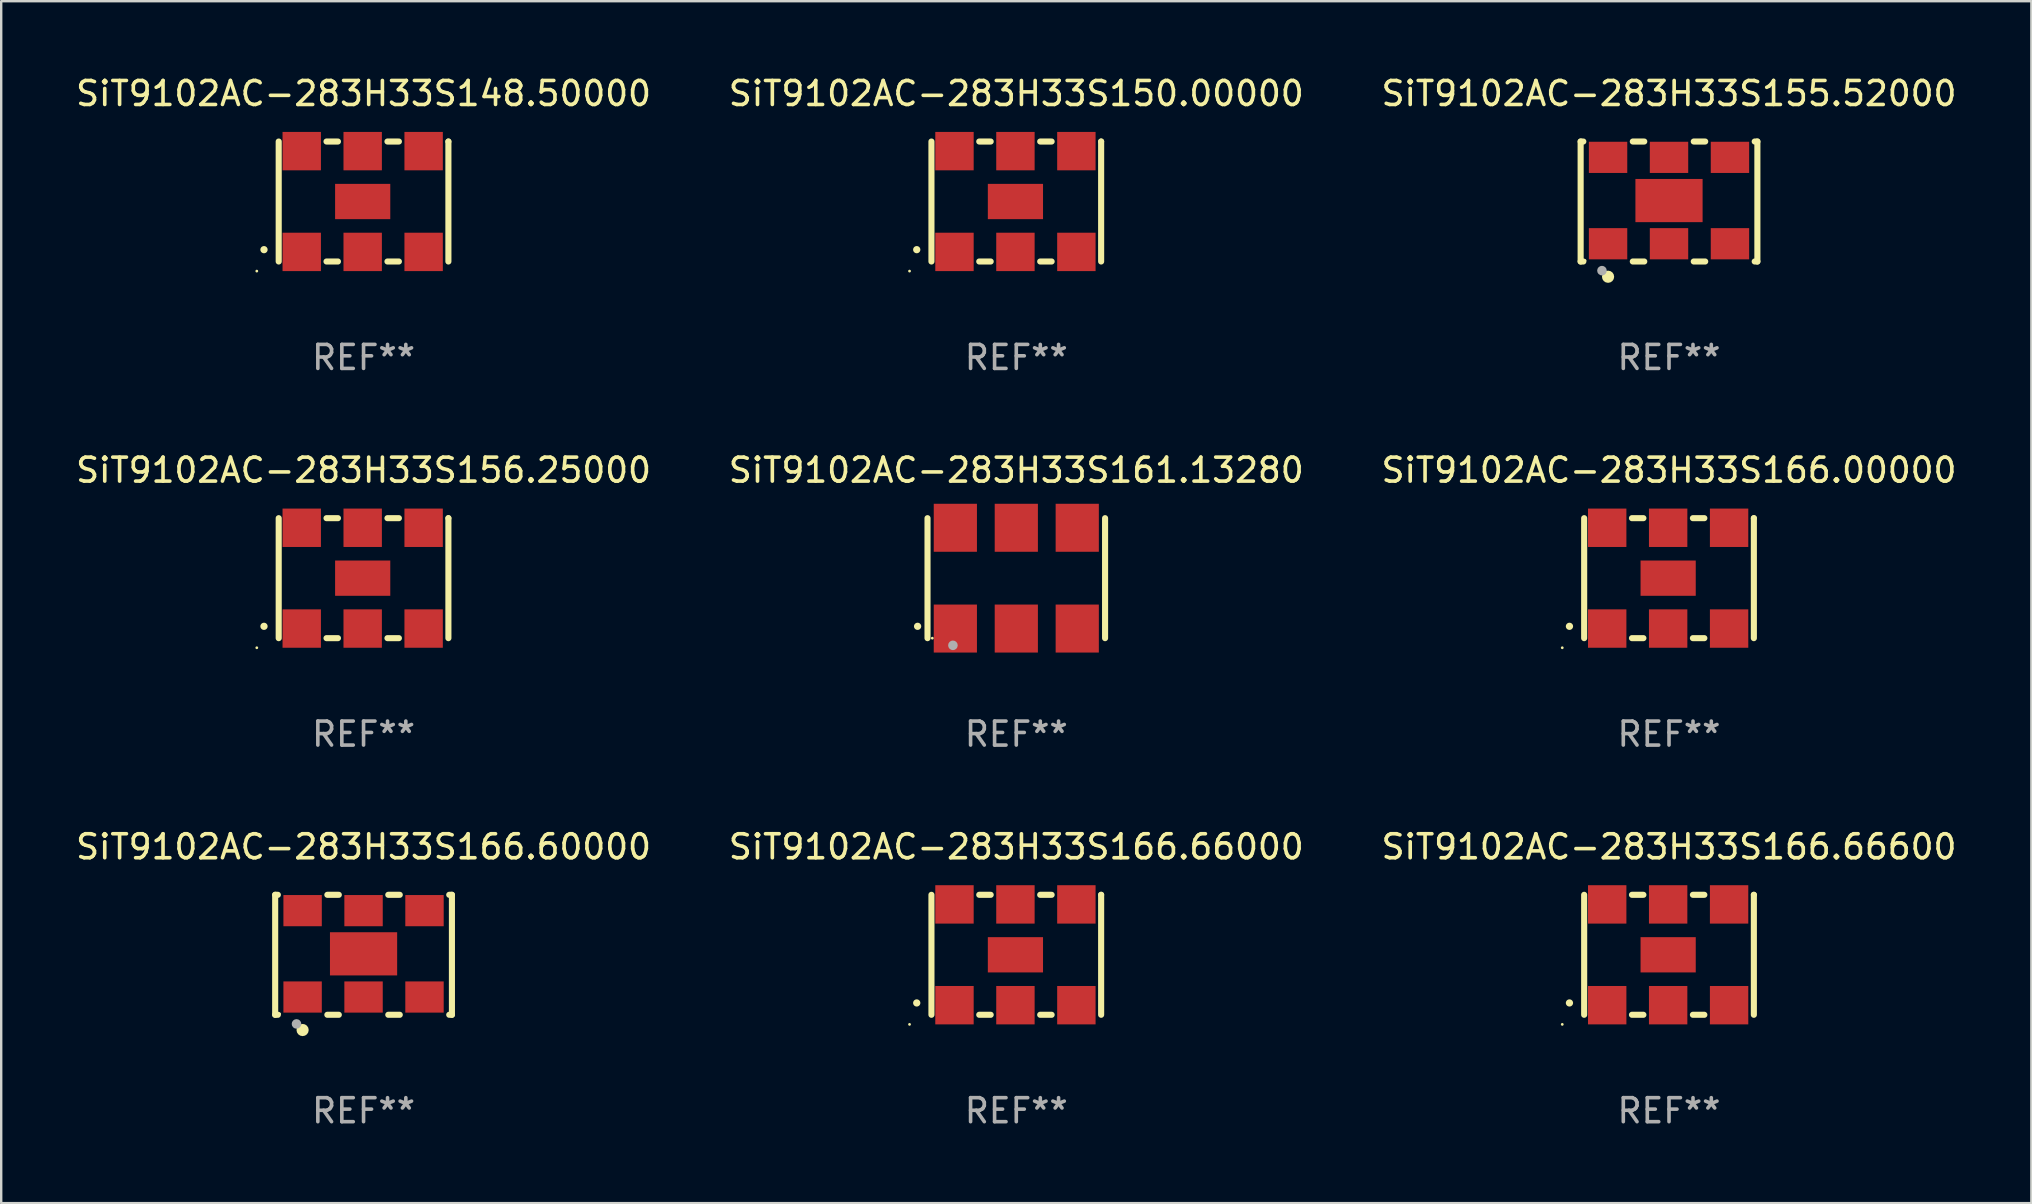
<source format=kicad_pcb>
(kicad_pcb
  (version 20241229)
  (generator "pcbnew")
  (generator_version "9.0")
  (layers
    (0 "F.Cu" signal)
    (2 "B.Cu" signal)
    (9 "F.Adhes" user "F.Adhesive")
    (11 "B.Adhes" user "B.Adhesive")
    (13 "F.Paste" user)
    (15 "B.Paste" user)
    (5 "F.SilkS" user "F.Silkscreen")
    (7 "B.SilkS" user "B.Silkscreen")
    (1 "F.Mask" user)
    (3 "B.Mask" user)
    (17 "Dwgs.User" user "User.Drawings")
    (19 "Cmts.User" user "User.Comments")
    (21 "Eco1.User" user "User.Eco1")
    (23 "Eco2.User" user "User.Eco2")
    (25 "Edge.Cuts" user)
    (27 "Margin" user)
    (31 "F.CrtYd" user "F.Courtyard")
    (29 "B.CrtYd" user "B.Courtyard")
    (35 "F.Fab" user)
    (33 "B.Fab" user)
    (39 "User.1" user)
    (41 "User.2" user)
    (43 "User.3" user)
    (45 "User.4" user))
  (footprint "SiT9102AC-283H33S161.13280"
    (layer "F.Cu")
    (at 39.304 21.045)
    (property "Reference" "SiT9102AC-283H33S161.13280" (at 0 -4.5 0) (layer "F.SilkS") (effects (font (size 1 1) (thickness 0.15))))
    (attr through_hole)
    (fp_line (start -3.7 -2.5) (end -3.7 2.5) (stroke (width 0.254) (type solid)) (layer "F.SilkS"))
    (fp_line (start 3.7 -2.5) (end 3.7 2.5) (stroke (width 0.254) (type solid)) (layer "F.SilkS"))
    (fp_arc (start -4.114415 2.006604) (mid -4.113145 2.006599) (end -4.111875 2.006604) (stroke (width 0.3) (type solid)) (layer "F.SilkS"))
    (fp_circle (center -3.5 2.501) (end -3.47 2.501) (stroke (width 0.06) (type solid)) (fill no) (layer "F.SilkS"))
    (fp_circle (center -2.641 2.799) (end -2.541 2.799) (stroke (width 0.2) (type solid)) (fill no) (layer "F.Fab"))
    (fp_text user "REF**" (at 0 6.5 0) (layer "F.Fab") (effects (font (size 1 1) (thickness 0.15))))
    (pad "1" smd rect (at -2.54 2.1) (size 1.8 2) (layers "F.Cu" "F.Mask" "F.Paste"))
    (pad "2" smd rect (at 0.000394 2.1) (size 1.8 2) (layers "F.Cu" "F.Mask" "F.Paste"))
    (pad "3" smd rect (at 2.54 2.1) (size 1.8 2) (layers "F.Cu" "F.Mask" "F.Paste"))
    (pad "4" smd rect (at 2.54 -2.1) (size 1.8 2) (layers "F.Cu" "F.Mask" "F.Paste"))
    (pad "5" smd rect (at 0.000394 -2.1) (size 1.8 2) (layers "F.Cu" "F.Mask" "F.Paste"))
    (pad "6" smd rect (at -2.54 -2.1) (size 1.8 2) (layers "F.Cu" "F.Mask" "F.Paste")))
  (footprint "SiT9102AC-283H33S156.25000"
    (layer "F.Cu")
    (at 12.101 21.045)
    (property "Reference" "SiT9102AC-283H33S156.25000" (at 0 -4.5 0) (layer "F.SilkS") (effects (font (size 1 1) (thickness 0.15))))
    (attr through_hole)
    (fp_line (start -3.536 -2.5) (end -3.536 2.5) (stroke (width 0.254) (type solid)) (layer "F.SilkS"))
    (fp_line (start -1.544 2.5) (end -1.067 2.5) (stroke (width 0.254) (type solid)) (layer "F.SilkS"))
    (fp_line (start -1.067 -2.5) (end -1.544 -2.5) (stroke (width 0.254) (type solid)) (layer "F.SilkS"))
    (fp_line (start 0.996 2.5) (end 1.473 2.5) (stroke (width 0.254) (type solid)) (layer "F.SilkS"))
    (fp_line (start 1.473 -2.5) (end 0.996 -2.5) (stroke (width 0.254) (type solid)) (layer "F.SilkS"))
    (fp_line (start 3.536 -2.5) (end 3.536 -2.5) (stroke (width 0.254) (type solid)) (layer "F.SilkS"))
    (fp_line (start 3.536 2.5) (end 3.536 -2.5) (stroke (width 0.254) (type solid)) (layer "F.SilkS"))
    (fp_arc (start -4.150432 2.006604) (mid -4.149162 2.006599) (end -4.147892 2.006604) (stroke (width 0.3) (type solid)) (layer "F.SilkS"))
    (fp_circle (center -4.449 2.9) (end -4.419 2.9) (stroke (width 0.06) (type solid)) (fill no) (layer "F.SilkS"))
    (fp_text user "REF**" (at 0 6.5 0) (layer "F.Fab") (effects (font (size 1 1) (thickness 0.15))))
    (pad "1" smd rect (at -2.576 2.1) (size 1.6 1.6) (layers "F.Cu" "F.Mask" "F.Paste"))
    (pad "2" smd rect (at -0.036 2.1) (size 1.6 1.6) (layers "F.Cu" "F.Mask" "F.Paste"))
    (pad "3" smd rect (at 2.504 2.1) (size 1.6 1.6) (layers "F.Cu" "F.Mask" "F.Paste"))
    (pad "4" smd rect (at 2.504 -2.1) (size 1.6 1.6) (layers "F.Cu" "F.Mask" "F.Paste"))
    (pad "5" smd rect (at -0.036 -2.1) (size 1.6 1.6) (layers "F.Cu" "F.Mask" "F.Paste"))
    (pad "6" smd rect (at -2.576 -2.1) (size 1.6 1.6) (layers "F.Cu" "F.Mask" "F.Paste"))
    (pad "7" smd rect (at -0.036 0) (size 2.3 1.47) (layers "F.Cu" "F.Mask" "F.Paste")))
  (footprint "SiT9102AC-283H33S166.66600"
    (layer "F.Cu")
    (at 66.506 36.741)
    (property "Reference" "SiT9102AC-283H33S166.66600" (at 0 -4.5 0) (layer "F.SilkS") (effects (font (size 1 1) (thickness 0.15))))
    (attr through_hole)
    (fp_line (start -3.536 -2.5) (end -3.536 2.5) (stroke (width 0.254) (type solid)) (layer "F.SilkS"))
    (fp_line (start -1.544 2.5) (end -1.067 2.5) (stroke (width 0.254) (type solid)) (layer "F.SilkS"))
    (fp_line (start -1.067 -2.5) (end -1.544 -2.5) (stroke (width 0.254) (type solid)) (layer "F.SilkS"))
    (fp_line (start 0.996 2.5) (end 1.473 2.5) (stroke (width 0.254) (type solid)) (layer "F.SilkS"))
    (fp_line (start 1.473 -2.5) (end 0.996 -2.5) (stroke (width 0.254) (type solid)) (layer "F.SilkS"))
    (fp_line (start 3.536 -2.5) (end 3.536 -2.5) (stroke (width 0.254) (type solid)) (layer "F.SilkS"))
    (fp_line (start 3.536 2.5) (end 3.536 -2.5) (stroke (width 0.254) (type solid)) (layer "F.SilkS"))
    (fp_arc (start -4.150432 2.006604) (mid -4.149162 2.006599) (end -4.147892 2.006604) (stroke (width 0.3) (type solid)) (layer "F.SilkS"))
    (fp_circle (center -4.449 2.9) (end -4.419 2.9) (stroke (width 0.06) (type solid)) (fill no) (layer "F.SilkS"))
    (fp_text user "REF**" (at 0 6.5 0) (layer "F.Fab") (effects (font (size 1 1) (thickness 0.15))))
    (pad "1" smd rect (at -2.576 2.1) (size 1.6 1.6) (layers "F.Cu" "F.Mask" "F.Paste"))
    (pad "2" smd rect (at -0.036 2.1) (size 1.6 1.6) (layers "F.Cu" "F.Mask" "F.Paste"))
    (pad "3" smd rect (at 2.504 2.1) (size 1.6 1.6) (layers "F.Cu" "F.Mask" "F.Paste"))
    (pad "4" smd rect (at 2.504 -2.1) (size 1.6 1.6) (layers "F.Cu" "F.Mask" "F.Paste"))
    (pad "5" smd rect (at -0.036 -2.1) (size 1.6 1.6) (layers "F.Cu" "F.Mask" "F.Paste"))
    (pad "6" smd rect (at -2.576 -2.1) (size 1.6 1.6) (layers "F.Cu" "F.Mask" "F.Paste"))
    (pad "7" smd rect (at -0.036 0) (size 2.3 1.47) (layers "F.Cu" "F.Mask" "F.Paste")))
  (footprint "SiT9102AC-283H33S148.50000"
    (layer "F.Cu")
    (at 12.101 5.348)
    (property "Reference" "SiT9102AC-283H33S148.50000" (at 0 -4.5 0) (layer "F.SilkS") (effects (font (size 1 1) (thickness 0.15))))
    (attr through_hole)
    (fp_line (start -3.536 -2.5) (end -3.536 2.5) (stroke (width 0.254) (type solid)) (layer "F.SilkS"))
    (fp_line (start -1.544 2.5) (end -1.067 2.5) (stroke (width 0.254) (type solid)) (layer "F.SilkS"))
    (fp_line (start -1.067 -2.5) (end -1.544 -2.5) (stroke (width 0.254) (type solid)) (layer "F.SilkS"))
    (fp_line (start 0.996 2.5) (end 1.473 2.5) (stroke (width 0.254) (type solid)) (layer "F.SilkS"))
    (fp_line (start 1.473 -2.5) (end 0.996 -2.5) (stroke (width 0.254) (type solid)) (layer "F.SilkS"))
    (fp_line (start 3.536 -2.5) (end 3.536 -2.5) (stroke (width 0.254) (type solid)) (layer "F.SilkS"))
    (fp_line (start 3.536 2.5) (end 3.536 -2.5) (stroke (width 0.254) (type solid)) (layer "F.SilkS"))
    (fp_arc (start -4.150432 2.006604) (mid -4.149162 2.006599) (end -4.147892 2.006604) (stroke (width 0.3) (type solid)) (layer "F.SilkS"))
    (fp_circle (center -4.449 2.9) (end -4.419 2.9) (stroke (width 0.06) (type solid)) (fill no) (layer "F.SilkS"))
    (fp_text user "REF**" (at 0 6.5 0) (layer "F.Fab") (effects (font (size 1 1) (thickness 0.15))))
    (pad "1" smd rect (at -2.576 2.1) (size 1.6 1.6) (layers "F.Cu" "F.Mask" "F.Paste"))
    (pad "2" smd rect (at -0.036 2.1) (size 1.6 1.6) (layers "F.Cu" "F.Mask" "F.Paste"))
    (pad "3" smd rect (at 2.504 2.1) (size 1.6 1.6) (layers "F.Cu" "F.Mask" "F.Paste"))
    (pad "4" smd rect (at 2.504 -2.1) (size 1.6 1.6) (layers "F.Cu" "F.Mask" "F.Paste"))
    (pad "5" smd rect (at -0.036 -2.1) (size 1.6 1.6) (layers "F.Cu" "F.Mask" "F.Paste"))
    (pad "6" smd rect (at -2.576 -2.1) (size 1.6 1.6) (layers "F.Cu" "F.Mask" "F.Paste"))
    (pad "7" smd rect (at -0.036 0) (size 2.3 1.47) (layers "F.Cu" "F.Mask" "F.Paste")))
  (footprint "SiT9102AC-283H33S150.00000"
    (layer "F.Cu")
    (at 39.304 5.348)
    (property "Reference" "SiT9102AC-283H33S150.00000" (at 0 -4.5 0) (layer "F.SilkS") (effects (font (size 1 1) (thickness 0.15))))
    (attr through_hole)
    (fp_line (start -3.536 -2.5) (end -3.536 2.5) (stroke (width 0.254) (type solid)) (layer "F.SilkS"))
    (fp_line (start -1.544 2.5) (end -1.067 2.5) (stroke (width 0.254) (type solid)) (layer "F.SilkS"))
    (fp_line (start -1.067 -2.5) (end -1.544 -2.5) (stroke (width 0.254) (type solid)) (layer "F.SilkS"))
    (fp_line (start 0.996 2.5) (end 1.473 2.5) (stroke (width 0.254) (type solid)) (layer "F.SilkS"))
    (fp_line (start 1.473 -2.5) (end 0.996 -2.5) (stroke (width 0.254) (type solid)) (layer "F.SilkS"))
    (fp_line (start 3.536 -2.5) (end 3.536 -2.5) (stroke (width 0.254) (type solid)) (layer "F.SilkS"))
    (fp_line (start 3.536 2.5) (end 3.536 -2.5) (stroke (width 0.254) (type solid)) (layer "F.SilkS"))
    (fp_arc (start -4.150432 2.006604) (mid -4.149162 2.006599) (end -4.147892 2.006604) (stroke (width 0.3) (type solid)) (layer "F.SilkS"))
    (fp_circle (center -4.449 2.9) (end -4.419 2.9) (stroke (width 0.06) (type solid)) (fill no) (layer "F.SilkS"))
    (fp_text user "REF**" (at 0 6.5 0) (layer "F.Fab") (effects (font (size 1 1) (thickness 0.15))))
    (pad "1" smd rect (at -2.576 2.1) (size 1.6 1.6) (layers "F.Cu" "F.Mask" "F.Paste"))
    (pad "2" smd rect (at -0.036 2.1) (size 1.6 1.6) (layers "F.Cu" "F.Mask" "F.Paste"))
    (pad "3" smd rect (at 2.504 2.1) (size 1.6 1.6) (layers "F.Cu" "F.Mask" "F.Paste"))
    (pad "4" smd rect (at 2.504 -2.1) (size 1.6 1.6) (layers "F.Cu" "F.Mask" "F.Paste"))
    (pad "5" smd rect (at -0.036 -2.1) (size 1.6 1.6) (layers "F.Cu" "F.Mask" "F.Paste"))
    (pad "6" smd rect (at -2.576 -2.1) (size 1.6 1.6) (layers "F.Cu" "F.Mask" "F.Paste"))
    (pad "7" smd rect (at -0.036 0) (size 2.3 1.47) (layers "F.Cu" "F.Mask" "F.Paste")))
  (footprint "SiT9102AC-283H33S155.52000"
    (layer "F.Cu")
    (at 66.506 5.348)
    (property "Reference" "SiT9102AC-283H33S155.52000" (at 0 -4.5 0) (layer "F.SilkS") (effects (font (size 1 1) (thickness 0.15))))
    (attr through_hole)
    (fp_line (start -3.683 -2.5) (end -3.571 -2.5) (stroke (width 0.254) (type solid)) (layer "F.SilkS"))
    (fp_line (start -3.683 2.5) (end -3.683 -2.5) (stroke (width 0.254) (type solid)) (layer "F.SilkS"))
    (fp_line (start -3.683 2.5) (end -3.571 2.5) (stroke (width 0.254) (type solid)) (layer "F.SilkS"))
    (fp_line (start -1.509 -2.5) (end -1.031 -2.5) (stroke (width 0.254) (type solid)) (layer "F.SilkS"))
    (fp_line (start -1.509 2.5) (end -1.031 2.5) (stroke (width 0.254) (type solid)) (layer "F.SilkS"))
    (fp_line (start 1.031 -2.5) (end 1.509 -2.5) (stroke (width 0.254) (type solid)) (layer "F.SilkS"))
    (fp_line (start 1.031 2.5) (end 1.509 2.5) (stroke (width 0.254) (type solid)) (layer "F.SilkS"))
    (fp_line (start 3.571 -2.5) (end 3.683 -2.5) (stroke (width 0.254) (type solid)) (layer "F.SilkS"))
    (fp_line (start 3.571 2.5) (end 3.683 2.5) (stroke (width 0.254) (type solid)) (layer "F.SilkS"))
    (fp_line (start 3.683 2.5) (end 3.683 -2.5) (stroke (width 0.254) (type solid)) (layer "F.SilkS"))
    (fp_circle (center -3.5 2.46) (end -3.47 2.46) (stroke (width 0.06) (type solid)) (fill no) (layer "F.SilkS"))
    (fp_circle (center -2.54 3.135) (end -2.413 3.135) (stroke (width 0.254) (type solid)) (fill no) (layer "F.SilkS"))
    (fp_circle (center -2.794 2.881) (end -2.694 2.881) (stroke (width 0.2) (type solid)) (fill no) (layer "F.Fab"))
    (fp_text user "REF**" (at 0 6.5 0) (layer "F.Fab") (effects (font (size 1 1) (thickness 0.15))))
    (pad "1" smd rect (at -2.54 1.76) (size 1.6 1.3) (layers "F.Cu" "F.Mask" "F.Paste"))
    (pad "2" smd rect (at 0 1.76) (size 1.6 1.3) (layers "F.Cu" "F.Mask" "F.Paste"))
    (pad "3" smd rect (at 2.54 1.76) (size 1.6 1.3) (layers "F.Cu" "F.Mask" "F.Paste"))
    (pad "4" smd rect (at 2.54 -1.84) (size 1.6 1.3) (layers "F.Cu" "F.Mask" "F.Paste"))
    (pad "5" smd rect (at 0 -1.84) (size 1.6 1.3) (layers "F.Cu" "F.Mask" "F.Paste"))
    (pad "6" smd rect (at -2.54 -1.84) (size 1.6 1.3) (layers "F.Cu" "F.Mask" "F.Paste"))
    (pad "7" smd rect (at 0 -0.04) (size 2.8 1.8) (layers "F.Cu" "F.Mask" "F.Paste")))
  (footprint "SiT9102AC-283H33S166.66000"
    (layer "F.Cu")
    (at 39.304 36.741)
    (property "Reference" "SiT9102AC-283H33S166.66000" (at 0 -4.5 0) (layer "F.SilkS") (effects (font (size 1 1) (thickness 0.15))))
    (attr through_hole)
    (fp_line (start -3.536 -2.5) (end -3.536 2.5) (stroke (width 0.254) (type solid)) (layer "F.SilkS"))
    (fp_line (start -1.544 2.5) (end -1.067 2.5) (stroke (width 0.254) (type solid)) (layer "F.SilkS"))
    (fp_line (start -1.067 -2.5) (end -1.544 -2.5) (stroke (width 0.254) (type solid)) (layer "F.SilkS"))
    (fp_line (start 0.996 2.5) (end 1.473 2.5) (stroke (width 0.254) (type solid)) (layer "F.SilkS"))
    (fp_line (start 1.473 -2.5) (end 0.996 -2.5) (stroke (width 0.254) (type solid)) (layer "F.SilkS"))
    (fp_line (start 3.536 -2.5) (end 3.536 -2.5) (stroke (width 0.254) (type solid)) (layer "F.SilkS"))
    (fp_line (start 3.536 2.5) (end 3.536 -2.5) (stroke (width 0.254) (type solid)) (layer "F.SilkS"))
    (fp_arc (start -4.150432 2.006604) (mid -4.149162 2.006599) (end -4.147892 2.006604) (stroke (width 0.3) (type solid)) (layer "F.SilkS"))
    (fp_circle (center -4.449 2.9) (end -4.419 2.9) (stroke (width 0.06) (type solid)) (fill no) (layer "F.SilkS"))
    (fp_text user "REF**" (at 0 6.5 0) (layer "F.Fab") (effects (font (size 1 1) (thickness 0.15))))
    (pad "1" smd rect (at -2.576 2.1) (size 1.6 1.6) (layers "F.Cu" "F.Mask" "F.Paste"))
    (pad "2" smd rect (at -0.036 2.1) (size 1.6 1.6) (layers "F.Cu" "F.Mask" "F.Paste"))
    (pad "3" smd rect (at 2.504 2.1) (size 1.6 1.6) (layers "F.Cu" "F.Mask" "F.Paste"))
    (pad "4" smd rect (at 2.504 -2.1) (size 1.6 1.6) (layers "F.Cu" "F.Mask" "F.Paste"))
    (pad "5" smd rect (at -0.036 -2.1) (size 1.6 1.6) (layers "F.Cu" "F.Mask" "F.Paste"))
    (pad "6" smd rect (at -2.576 -2.1) (size 1.6 1.6) (layers "F.Cu" "F.Mask" "F.Paste"))
    (pad "7" smd rect (at -0.036 0) (size 2.3 1.47) (layers "F.Cu" "F.Mask" "F.Paste")))
  (footprint "SiT9102AC-283H33S166.00000"
    (layer "F.Cu")
    (at 66.506 21.045)
    (property "Reference" "SiT9102AC-283H33S166.00000" (at 0 -4.5 0) (layer "F.SilkS") (effects (font (size 1 1) (thickness 0.15))))
    (attr through_hole)
    (fp_line (start -3.536 -2.5) (end -3.536 2.5) (stroke (width 0.254) (type solid)) (layer "F.SilkS"))
    (fp_line (start -1.544 2.5) (end -1.067 2.5) (stroke (width 0.254) (type solid)) (layer "F.SilkS"))
    (fp_line (start -1.067 -2.5) (end -1.544 -2.5) (stroke (width 0.254) (type solid)) (layer "F.SilkS"))
    (fp_line (start 0.996 2.5) (end 1.473 2.5) (stroke (width 0.254) (type solid)) (layer "F.SilkS"))
    (fp_line (start 1.473 -2.5) (end 0.996 -2.5) (stroke (width 0.254) (type solid)) (layer "F.SilkS"))
    (fp_line (start 3.536 -2.5) (end 3.536 -2.5) (stroke (width 0.254) (type solid)) (layer "F.SilkS"))
    (fp_line (start 3.536 2.5) (end 3.536 -2.5) (stroke (width 0.254) (type solid)) (layer "F.SilkS"))
    (fp_arc (start -4.150432 2.006604) (mid -4.149162 2.006599) (end -4.147892 2.006604) (stroke (width 0.3) (type solid)) (layer "F.SilkS"))
    (fp_circle (center -4.449 2.9) (end -4.419 2.9) (stroke (width 0.06) (type solid)) (fill no) (layer "F.SilkS"))
    (fp_text user "REF**" (at 0 6.5 0) (layer "F.Fab") (effects (font (size 1 1) (thickness 0.15))))
    (pad "1" smd rect (at -2.576 2.1) (size 1.6 1.6) (layers "F.Cu" "F.Mask" "F.Paste"))
    (pad "2" smd rect (at -0.036 2.1) (size 1.6 1.6) (layers "F.Cu" "F.Mask" "F.Paste"))
    (pad "3" smd rect (at 2.504 2.1) (size 1.6 1.6) (layers "F.Cu" "F.Mask" "F.Paste"))
    (pad "4" smd rect (at 2.504 -2.1) (size 1.6 1.6) (layers "F.Cu" "F.Mask" "F.Paste"))
    (pad "5" smd rect (at -0.036 -2.1) (size 1.6 1.6) (layers "F.Cu" "F.Mask" "F.Paste"))
    (pad "6" smd rect (at -2.576 -2.1) (size 1.6 1.6) (layers "F.Cu" "F.Mask" "F.Paste"))
    (pad "7" smd rect (at -0.036 0) (size 2.3 1.47) (layers "F.Cu" "F.Mask" "F.Paste")))
  (footprint "SiT9102AC-283H33S166.60000"
    (layer "F.Cu")
    (at 12.101 36.741)
    (property "Reference" "SiT9102AC-283H33S166.60000" (at 0 -4.5 0) (layer "F.SilkS") (effects (font (size 1 1) (thickness 0.15))))
    (attr through_hole)
    (fp_line (start -3.683 -2.5) (end -3.571 -2.5) (stroke (width 0.254) (type solid)) (layer "F.SilkS"))
    (fp_line (start -3.683 2.5) (end -3.683 -2.5) (stroke (width 0.254) (type solid)) (layer "F.SilkS"))
    (fp_line (start -3.683 2.5) (end -3.571 2.5) (stroke (width 0.254) (type solid)) (layer "F.SilkS"))
    (fp_line (start -1.509 -2.5) (end -1.031 -2.5) (stroke (width 0.254) (type solid)) (layer "F.SilkS"))
    (fp_line (start -1.509 2.5) (end -1.031 2.5) (stroke (width 0.254) (type solid)) (layer "F.SilkS"))
    (fp_line (start 1.031 -2.5) (end 1.509 -2.5) (stroke (width 0.254) (type solid)) (layer "F.SilkS"))
    (fp_line (start 1.031 2.5) (end 1.509 2.5) (stroke (width 0.254) (type solid)) (layer "F.SilkS"))
    (fp_line (start 3.571 -2.5) (end 3.683 -2.5) (stroke (width 0.254) (type solid)) (layer "F.SilkS"))
    (fp_line (start 3.571 2.5) (end 3.683 2.5) (stroke (width 0.254) (type solid)) (layer "F.SilkS"))
    (fp_line (start 3.683 2.5) (end 3.683 -2.5) (stroke (width 0.254) (type solid)) (layer "F.SilkS"))
    (fp_circle (center -3.5 2.46) (end -3.47 2.46) (stroke (width 0.06) (type solid)) (fill no) (layer "F.SilkS"))
    (fp_circle (center -2.54 3.135) (end -2.413 3.135) (stroke (width 0.254) (type solid)) (fill no) (layer "F.SilkS"))
    (fp_circle (center -2.794 2.881) (end -2.694 2.881) (stroke (width 0.2) (type solid)) (fill no) (layer "F.Fab"))
    (fp_text user "REF**" (at 0 6.5 0) (layer "F.Fab") (effects (font (size 1 1) (thickness 0.15))))
    (pad "1" smd rect (at -2.54 1.76) (size 1.6 1.3) (layers "F.Cu" "F.Mask" "F.Paste"))
    (pad "2" smd rect (at 0 1.76) (size 1.6 1.3) (layers "F.Cu" "F.Mask" "F.Paste"))
    (pad "3" smd rect (at 2.54 1.76) (size 1.6 1.3) (layers "F.Cu" "F.Mask" "F.Paste"))
    (pad "4" smd rect (at 2.54 -1.84) (size 1.6 1.3) (layers "F.Cu" "F.Mask" "F.Paste"))
    (pad "5" smd rect (at 0 -1.84) (size 1.6 1.3) (layers "F.Cu" "F.Mask" "F.Paste"))
    (pad "6" smd rect (at -2.54 -1.84) (size 1.6 1.3) (layers "F.Cu" "F.Mask" "F.Paste"))
    (pad "7" smd rect (at 0 -0.04) (size 2.8 1.8) (layers "F.Cu" "F.Mask" "F.Paste")))
  (gr_rect
    (start -3 -3)
    (end 81.607 47.09)
    (stroke (width 0.1) (type default))
    (fill no)
    (layer "Edge.Cuts")))
</source>
